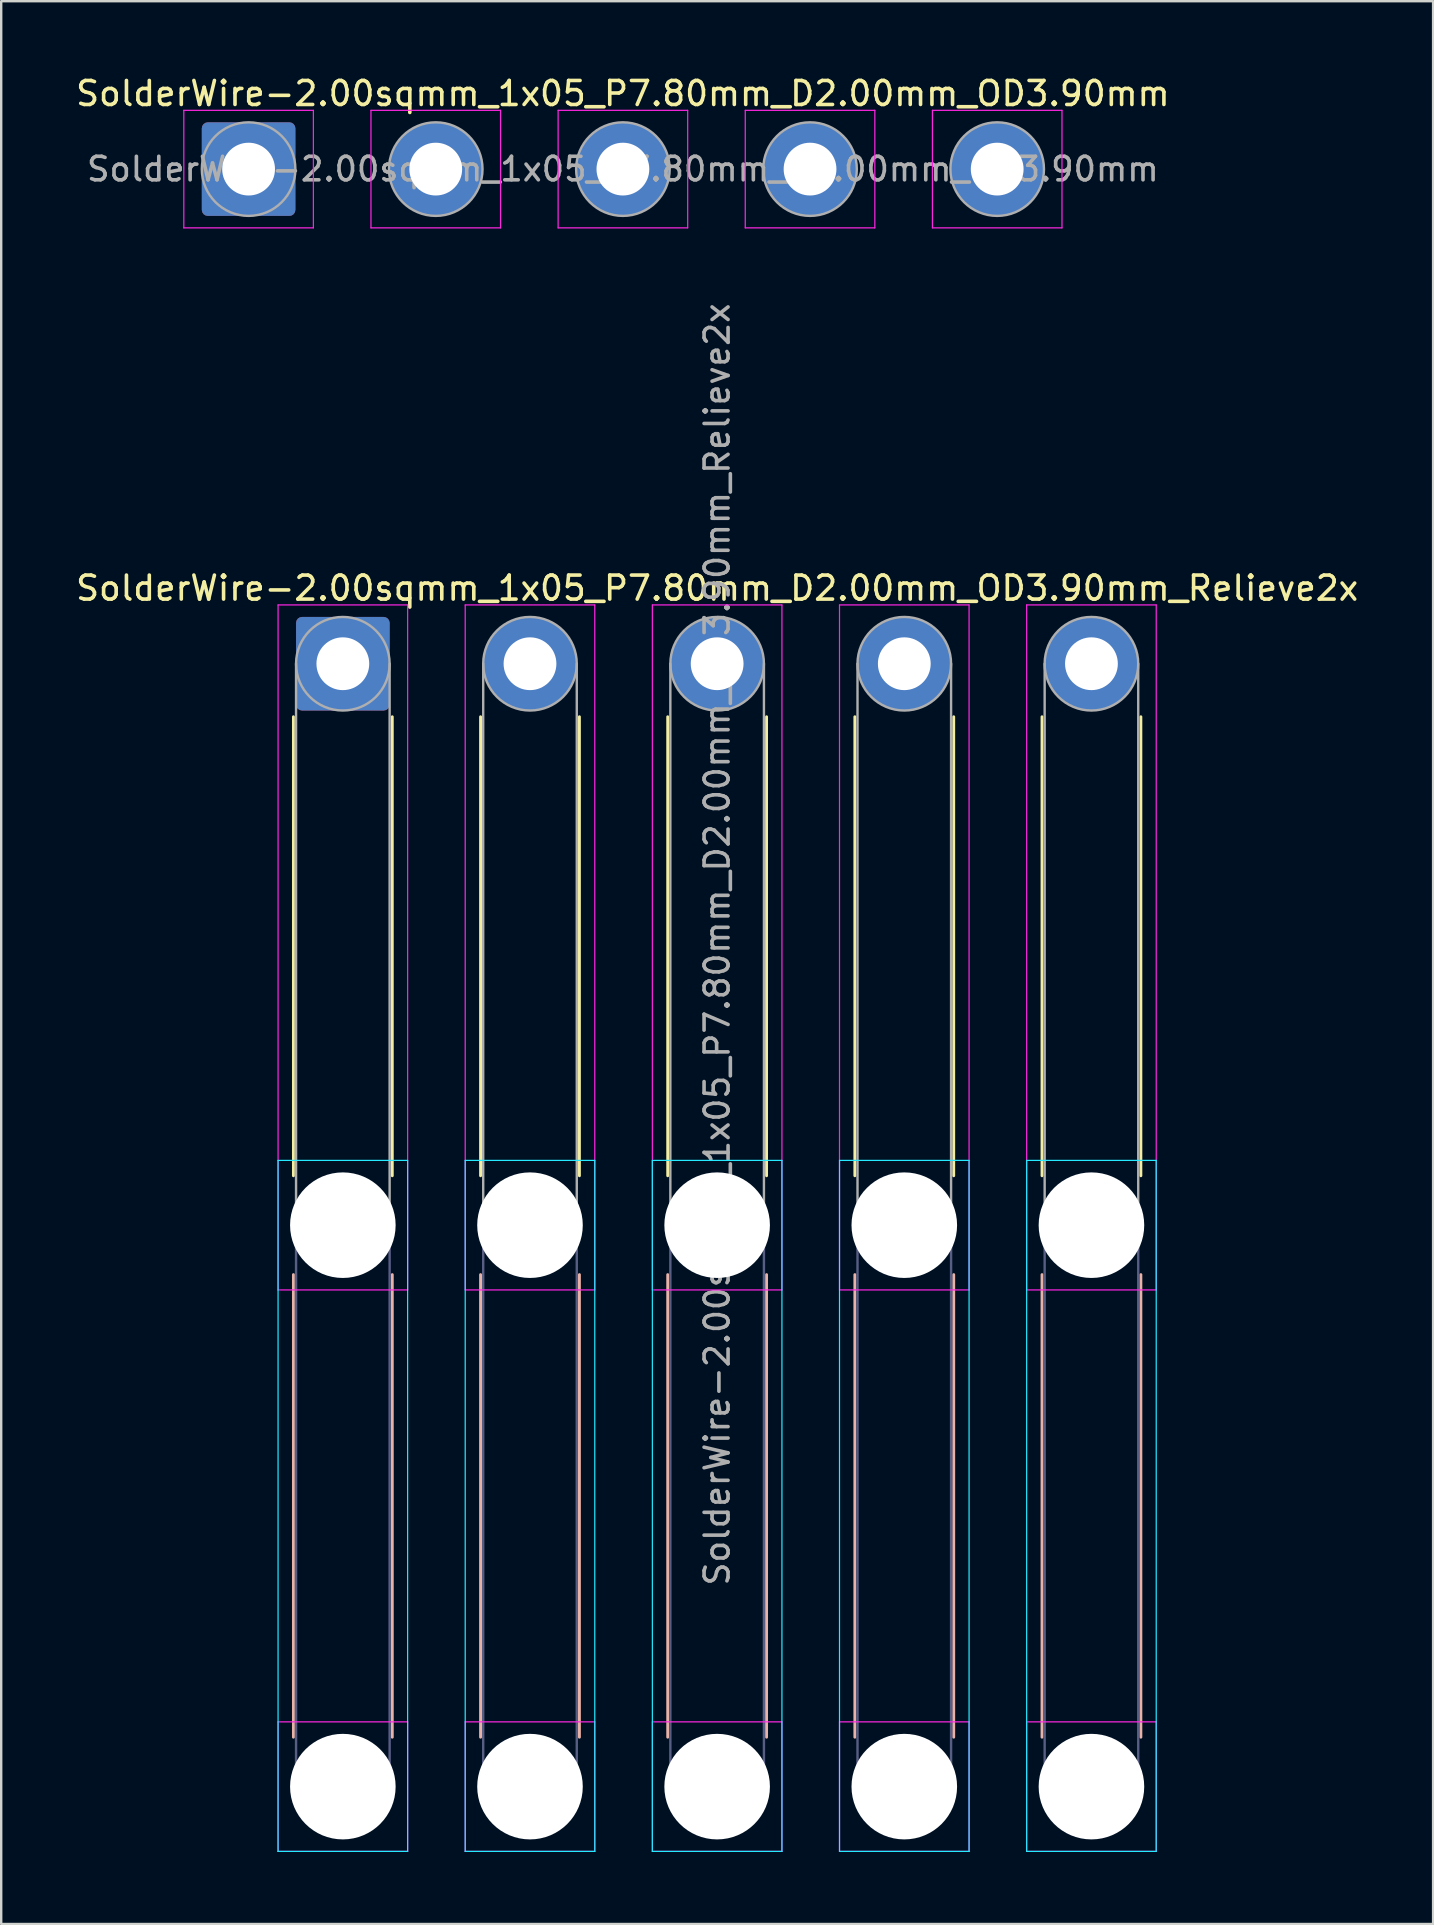
<source format=kicad_pcb>
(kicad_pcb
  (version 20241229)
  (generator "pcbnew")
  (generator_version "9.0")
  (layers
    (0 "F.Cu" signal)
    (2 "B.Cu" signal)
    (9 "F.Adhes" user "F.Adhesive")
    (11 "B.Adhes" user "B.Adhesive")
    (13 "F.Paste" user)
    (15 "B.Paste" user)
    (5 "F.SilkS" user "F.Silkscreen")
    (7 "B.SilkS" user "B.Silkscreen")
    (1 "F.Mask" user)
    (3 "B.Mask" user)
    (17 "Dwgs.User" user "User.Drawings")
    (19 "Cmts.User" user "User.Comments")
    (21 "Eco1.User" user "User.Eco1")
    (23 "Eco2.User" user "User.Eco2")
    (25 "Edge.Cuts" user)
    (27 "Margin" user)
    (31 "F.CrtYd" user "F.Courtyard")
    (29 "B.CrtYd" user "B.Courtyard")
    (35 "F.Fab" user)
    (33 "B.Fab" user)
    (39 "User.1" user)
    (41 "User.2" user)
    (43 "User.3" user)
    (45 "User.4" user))
  (footprint "SolderWire-2.00sqmm_1x05_P7.80mm_D2.00mm_OD3.90mm"
    (layer "F.Cu")
    (at 7.311 3.998)
    (property "Reference" "SolderWire-2.00sqmm_1x05_P7.80mm_D2.00mm_OD3.90mm" (at 15.6 -3.15 0) (layer "F.SilkS") (effects (font (size 1 1) (thickness 0.15))))
    (attr exclude_from_pos_files exclude_from_bom)
    (fp_line (start -2.7 -2.45) (end -2.7 2.45) (stroke (width 0.05) (type solid)) (layer "F.CrtYd"))
    (fp_line (start -2.7 2.45) (end 2.7 2.45) (stroke (width 0.05) (type solid)) (layer "F.CrtYd"))
    (fp_line (start 2.7 -2.45) (end -2.7 -2.45) (stroke (width 0.05) (type solid)) (layer "F.CrtYd"))
    (fp_line (start 2.7 2.45) (end 2.7 -2.45) (stroke (width 0.05) (type solid)) (layer "F.CrtYd"))
    (fp_line (start 5.1 -2.45) (end 5.1 2.45) (stroke (width 0.05) (type solid)) (layer "F.CrtYd"))
    (fp_line (start 5.1 2.45) (end 10.5 2.45) (stroke (width 0.05) (type solid)) (layer "F.CrtYd"))
    (fp_line (start 10.5 -2.45) (end 5.1 -2.45) (stroke (width 0.05) (type solid)) (layer "F.CrtYd"))
    (fp_line (start 10.5 2.45) (end 10.5 -2.45) (stroke (width 0.05) (type solid)) (layer "F.CrtYd"))
    (fp_line (start 12.9 -2.45) (end 12.9 2.45) (stroke (width 0.05) (type solid)) (layer "F.CrtYd"))
    (fp_line (start 12.9 2.45) (end 18.3 2.45) (stroke (width 0.05) (type solid)) (layer "F.CrtYd"))
    (fp_line (start 18.3 -2.45) (end 12.9 -2.45) (stroke (width 0.05) (type solid)) (layer "F.CrtYd"))
    (fp_line (start 18.3 2.45) (end 18.3 -2.45) (stroke (width 0.05) (type solid)) (layer "F.CrtYd"))
    (fp_line (start 20.7 -2.45) (end 20.7 2.45) (stroke (width 0.05) (type solid)) (layer "F.CrtYd"))
    (fp_line (start 20.7 2.45) (end 26.1 2.45) (stroke (width 0.05) (type solid)) (layer "F.CrtYd"))
    (fp_line (start 26.1 -2.45) (end 20.7 -2.45) (stroke (width 0.05) (type solid)) (layer "F.CrtYd"))
    (fp_line (start 26.1 2.45) (end 26.1 -2.45) (stroke (width 0.05) (type solid)) (layer "F.CrtYd"))
    (fp_line (start 28.5 -2.45) (end 28.5 2.45) (stroke (width 0.05) (type solid)) (layer "F.CrtYd"))
    (fp_line (start 28.5 2.45) (end 33.9 2.45) (stroke (width 0.05) (type solid)) (layer "F.CrtYd"))
    (fp_line (start 33.9 -2.45) (end 28.5 -2.45) (stroke (width 0.05) (type solid)) (layer "F.CrtYd"))
    (fp_line (start 33.9 2.45) (end 33.9 -2.45) (stroke (width 0.05) (type solid)) (layer "F.CrtYd"))
    (fp_circle (center 0 0) (end 1.95 0) (stroke (width 0.1) (type solid)) (fill no) (layer "F.Fab"))
    (fp_circle (center 7.8 0) (end 9.75 0) (stroke (width 0.1) (type solid)) (fill no) (layer "F.Fab"))
    (fp_circle (center 15.6 0) (end 17.55 0) (stroke (width 0.1) (type solid)) (fill no) (layer "F.Fab"))
    (fp_circle (center 23.4 0) (end 25.35 0) (stroke (width 0.1) (type solid)) (fill no) (layer "F.Fab"))
    (fp_circle (center 31.2 0) (end 33.15 0) (stroke (width 0.1) (type solid)) (fill no) (layer "F.Fab"))
    (fp_text user "${REFERENCE}" (at 15.6 0 0) (layer "F.Fab") (effects (font (size 0.98 0.98) (thickness 0.15))))
    (pad "1" thru_hole roundrect (at 0 0) (size 3.9 3.9) (drill 2.2) (layers "*.Cu" "*.Mask") (roundrect_rratio 0.064))
    (pad "2" thru_hole circle (at 7.8 0) (size 3.9 3.9) (drill 2.2) (layers "*.Cu" "*.Mask"))
    (pad "3" thru_hole circle (at 15.6 0) (size 3.9 3.9) (drill 2.2) (layers "*.Cu" "*.Mask"))
    (pad "4" thru_hole circle (at 23.4 0) (size 3.9 3.9) (drill 2.2) (layers "*.Cu" "*.Mask"))
    (pad "5" thru_hole circle (at 31.2 0) (size 3.9 3.9) (drill 2.2) (layers "*.Cu" "*.Mask")))
  (footprint "SolderWire-2.00sqmm_1x05_P7.80mm_D2.00mm_OD3.90mm_Relieve2x"
    (layer "F.Cu")
    (at 11.239 24.613)
    (property "Reference" "SolderWire-2.00sqmm_1x05_P7.80mm_D2.00mm_OD3.90mm_Relieve2x" (at 15.6 -3.15 0) (layer "F.SilkS") (effects (font (size 1 1) (thickness 0.15))))
    (attr exclude_from_pos_files exclude_from_bom)
    (fp_line (start -2.06 2.21) (end -2.06 21.34) (stroke (width 0.12) (type solid)) (layer "F.SilkS"))
    (fp_line (start 2.06 2.21) (end 2.06 21.34) (stroke (width 0.12) (type solid)) (layer "F.SilkS"))
    (fp_line (start 5.74 2.21) (end 5.74 21.34) (stroke (width 0.12) (type solid)) (layer "F.SilkS"))
    (fp_line (start 9.86 2.21) (end 9.86 21.34) (stroke (width 0.12) (type solid)) (layer "F.SilkS"))
    (fp_line (start 13.54 2.21) (end 13.54 21.34) (stroke (width 0.12) (type solid)) (layer "F.SilkS"))
    (fp_line (start 17.66 2.21) (end 17.66 21.34) (stroke (width 0.12) (type solid)) (layer "F.SilkS"))
    (fp_line (start 21.34 2.21) (end 21.34 21.34) (stroke (width 0.12) (type solid)) (layer "F.SilkS"))
    (fp_line (start 25.46 2.21) (end 25.46 21.34) (stroke (width 0.12) (type solid)) (layer "F.SilkS"))
    (fp_line (start 29.14 2.21) (end 29.14 21.34) (stroke (width 0.12) (type solid)) (layer "F.SilkS"))
    (fp_line (start 33.26 2.21) (end 33.26 21.34) (stroke (width 0.12) (type solid)) (layer "F.SilkS"))
    (fp_line (start -2.06 25.46) (end -2.06 44.74) (stroke (width 0.12) (type solid)) (layer "B.SilkS"))
    (fp_line (start 2.06 25.46) (end 2.06 44.74) (stroke (width 0.12) (type solid)) (layer "B.SilkS"))
    (fp_line (start 5.74 25.46) (end 5.74 44.74) (stroke (width 0.12) (type solid)) (layer "B.SilkS"))
    (fp_line (start 9.86 25.46) (end 9.86 44.74) (stroke (width 0.12) (type solid)) (layer "B.SilkS"))
    (fp_line (start 13.54 25.46) (end 13.54 44.74) (stroke (width 0.12) (type solid)) (layer "B.SilkS"))
    (fp_line (start 17.66 25.46) (end 17.66 44.74) (stroke (width 0.12) (type solid)) (layer "B.SilkS"))
    (fp_line (start 21.34 25.46) (end 21.34 44.74) (stroke (width 0.12) (type solid)) (layer "B.SilkS"))
    (fp_line (start 25.46 25.46) (end 25.46 44.74) (stroke (width 0.12) (type solid)) (layer "B.SilkS"))
    (fp_line (start 29.14 25.46) (end 29.14 44.74) (stroke (width 0.12) (type solid)) (layer "B.SilkS"))
    (fp_line (start 33.26 25.46) (end 33.26 44.74) (stroke (width 0.12) (type solid)) (layer "B.SilkS"))
    (fp_line (start -2.7 20.7) (end -2.7 49.5) (stroke (width 0.05) (type solid)) (layer "B.CrtYd"))
    (fp_line (start -2.7 49.5) (end 2.7 49.5) (stroke (width 0.05) (type solid)) (layer "B.CrtYd"))
    (fp_line (start 2.7 20.7) (end -2.7 20.7) (stroke (width 0.05) (type solid)) (layer "B.CrtYd"))
    (fp_line (start 2.7 49.5) (end 2.7 20.7) (stroke (width 0.05) (type solid)) (layer "B.CrtYd"))
    (fp_line (start 5.1 20.7) (end 5.1 49.5) (stroke (width 0.05) (type solid)) (layer "B.CrtYd"))
    (fp_line (start 5.1 49.5) (end 10.5 49.5) (stroke (width 0.05) (type solid)) (layer "B.CrtYd"))
    (fp_line (start 10.5 20.7) (end 5.1 20.7) (stroke (width 0.05) (type solid)) (layer "B.CrtYd"))
    (fp_line (start 10.5 49.5) (end 10.5 20.7) (stroke (width 0.05) (type solid)) (layer "B.CrtYd"))
    (fp_line (start 12.9 20.7) (end 12.9 49.5) (stroke (width 0.05) (type solid)) (layer "B.CrtYd"))
    (fp_line (start 12.9 49.5) (end 18.3 49.5) (stroke (width 0.05) (type solid)) (layer "B.CrtYd"))
    (fp_line (start 18.3 20.7) (end 12.9 20.7) (stroke (width 0.05) (type solid)) (layer "B.CrtYd"))
    (fp_line (start 18.3 49.5) (end 18.3 20.7) (stroke (width 0.05) (type solid)) (layer "B.CrtYd"))
    (fp_line (start 20.7 20.7) (end 20.7 49.5) (stroke (width 0.05) (type solid)) (layer "B.CrtYd"))
    (fp_line (start 20.7 49.5) (end 26.1 49.5) (stroke (width 0.05) (type solid)) (layer "B.CrtYd"))
    (fp_line (start 26.1 20.7) (end 20.7 20.7) (stroke (width 0.05) (type solid)) (layer "B.CrtYd"))
    (fp_line (start 26.1 49.5) (end 26.1 20.7) (stroke (width 0.05) (type solid)) (layer "B.CrtYd"))
    (fp_line (start 28.5 20.7) (end 28.5 49.5) (stroke (width 0.05) (type solid)) (layer "B.CrtYd"))
    (fp_line (start 28.5 49.5) (end 33.9 49.5) (stroke (width 0.05) (type solid)) (layer "B.CrtYd"))
    (fp_line (start 33.9 20.7) (end 28.5 20.7) (stroke (width 0.05) (type solid)) (layer "B.CrtYd"))
    (fp_line (start 33.9 49.5) (end 33.9 20.7) (stroke (width 0.05) (type solid)) (layer "B.CrtYd"))
    (fp_line (start -2.7 -2.45) (end -2.7 26.1) (stroke (width 0.05) (type solid)) (layer "F.CrtYd"))
    (fp_line (start -2.7 26.1) (end 2.7 26.1) (stroke (width 0.05) (type solid)) (layer "F.CrtYd"))
    (fp_line (start -2.7 44.1) (end -2.7 49.5) (stroke (width 0.05) (type solid)) (layer "F.CrtYd"))
    (fp_line (start -2.7 49.5) (end 2.7 49.5) (stroke (width 0.05) (type solid)) (layer "F.CrtYd"))
    (fp_line (start 2.7 -2.45) (end -2.7 -2.45) (stroke (width 0.05) (type solid)) (layer "F.CrtYd"))
    (fp_line (start 2.7 26.1) (end 2.7 -2.45) (stroke (width 0.05) (type solid)) (layer "F.CrtYd"))
    (fp_line (start 2.7 44.1) (end -2.7 44.1) (stroke (width 0.05) (type solid)) (layer "F.CrtYd"))
    (fp_line (start 2.7 49.5) (end 2.7 44.1) (stroke (width 0.05) (type solid)) (layer "F.CrtYd"))
    (fp_line (start 5.1 -2.45) (end 5.1 26.1) (stroke (width 0.05) (type solid)) (layer "F.CrtYd"))
    (fp_line (start 5.1 26.1) (end 10.5 26.1) (stroke (width 0.05) (type solid)) (layer "F.CrtYd"))
    (fp_line (start 5.1 44.1) (end 5.1 49.5) (stroke (width 0.05) (type solid)) (layer "F.CrtYd"))
    (fp_line (start 5.1 49.5) (end 10.5 49.5) (stroke (width 0.05) (type solid)) (layer "F.CrtYd"))
    (fp_line (start 10.5 -2.45) (end 5.1 -2.45) (stroke (width 0.05) (type solid)) (layer "F.CrtYd"))
    (fp_line (start 10.5 26.1) (end 10.5 -2.45) (stroke (width 0.05) (type solid)) (layer "F.CrtYd"))
    (fp_line (start 10.5 44.1) (end 5.1 44.1) (stroke (width 0.05) (type solid)) (layer "F.CrtYd"))
    (fp_line (start 10.5 49.5) (end 10.5 44.1) (stroke (width 0.05) (type solid)) (layer "F.CrtYd"))
    (fp_line (start 12.9 -2.45) (end 12.9 26.1) (stroke (width 0.05) (type solid)) (layer "F.CrtYd"))
    (fp_line (start 12.9 26.1) (end 18.3 26.1) (stroke (width 0.05) (type solid)) (layer "F.CrtYd"))
    (fp_line (start 12.9 44.1) (end 12.9 49.5) (stroke (width 0.05) (type solid)) (layer "F.CrtYd"))
    (fp_line (start 12.9 49.5) (end 18.3 49.5) (stroke (width 0.05) (type solid)) (layer "F.CrtYd"))
    (fp_line (start 18.3 -2.45) (end 12.9 -2.45) (stroke (width 0.05) (type solid)) (layer "F.CrtYd"))
    (fp_line (start 18.3 26.1) (end 18.3 -2.45) (stroke (width 0.05) (type solid)) (layer "F.CrtYd"))
    (fp_line (start 18.3 44.1) (end 12.9 44.1) (stroke (width 0.05) (type solid)) (layer "F.CrtYd"))
    (fp_line (start 18.3 49.5) (end 18.3 44.1) (stroke (width 0.05) (type solid)) (layer "F.CrtYd"))
    (fp_line (start 20.7 -2.45) (end 20.7 26.1) (stroke (width 0.05) (type solid)) (layer "F.CrtYd"))
    (fp_line (start 20.7 26.1) (end 26.1 26.1) (stroke (width 0.05) (type solid)) (layer "F.CrtYd"))
    (fp_line (start 20.7 44.1) (end 20.7 49.5) (stroke (width 0.05) (type solid)) (layer "F.CrtYd"))
    (fp_line (start 20.7 49.5) (end 26.1 49.5) (stroke (width 0.05) (type solid)) (layer "F.CrtYd"))
    (fp_line (start 26.1 -2.45) (end 20.7 -2.45) (stroke (width 0.05) (type solid)) (layer "F.CrtYd"))
    (fp_line (start 26.1 26.1) (end 26.1 -2.45) (stroke (width 0.05) (type solid)) (layer "F.CrtYd"))
    (fp_line (start 26.1 44.1) (end 20.7 44.1) (stroke (width 0.05) (type solid)) (layer "F.CrtYd"))
    (fp_line (start 26.1 49.5) (end 26.1 44.1) (stroke (width 0.05) (type solid)) (layer "F.CrtYd"))
    (fp_line (start 28.5 -2.45) (end 28.5 26.1) (stroke (width 0.05) (type solid)) (layer "F.CrtYd"))
    (fp_line (start 28.5 26.1) (end 33.9 26.1) (stroke (width 0.05) (type solid)) (layer "F.CrtYd"))
    (fp_line (start 28.5 44.1) (end 28.5 49.5) (stroke (width 0.05) (type solid)) (layer "F.CrtYd"))
    (fp_line (start 28.5 49.5) (end 33.9 49.5) (stroke (width 0.05) (type solid)) (layer "F.CrtYd"))
    (fp_line (start 33.9 -2.45) (end 28.5 -2.45) (stroke (width 0.05) (type solid)) (layer "F.CrtYd"))
    (fp_line (start 33.9 26.1) (end 33.9 -2.45) (stroke (width 0.05) (type solid)) (layer "F.CrtYd"))
    (fp_line (start 33.9 44.1) (end 28.5 44.1) (stroke (width 0.05) (type solid)) (layer "F.CrtYd"))
    (fp_line (start 33.9 49.5) (end 33.9 44.1) (stroke (width 0.05) (type solid)) (layer "F.CrtYd"))
    (fp_line (start -1.95 23.4) (end -1.95 46.8) (stroke (width 0.1) (type solid)) (layer "B.Fab"))
    (fp_line (start 1.95 23.4) (end 1.95 46.8) (stroke (width 0.1) (type solid)) (layer "B.Fab"))
    (fp_line (start 5.85 23.4) (end 5.85 46.8) (stroke (width 0.1) (type solid)) (layer "B.Fab"))
    (fp_line (start 9.75 23.4) (end 9.75 46.8) (stroke (width 0.1) (type solid)) (layer "B.Fab"))
    (fp_line (start 13.65 23.4) (end 13.65 46.8) (stroke (width 0.1) (type solid)) (layer "B.Fab"))
    (fp_line (start 17.55 23.4) (end 17.55 46.8) (stroke (width 0.1) (type solid)) (layer "B.Fab"))
    (fp_line (start 21.45 23.4) (end 21.45 46.8) (stroke (width 0.1) (type solid)) (layer "B.Fab"))
    (fp_line (start 25.35 23.4) (end 25.35 46.8) (stroke (width 0.1) (type solid)) (layer "B.Fab"))
    (fp_line (start 29.25 23.4) (end 29.25 46.8) (stroke (width 0.1) (type solid)) (layer "B.Fab"))
    (fp_line (start 33.15 23.4) (end 33.15 46.8) (stroke (width 0.1) (type solid)) (layer "B.Fab"))
    (fp_circle (center 0 23.4) (end 1.95 23.4) (stroke (width 0.1) (type solid)) (fill no) (layer "B.Fab"))
    (fp_circle (center 0 46.8) (end 1.95 46.8) (stroke (width 0.1) (type solid)) (fill no) (layer "B.Fab"))
    (fp_circle (center 7.8 23.4) (end 9.75 23.4) (stroke (width 0.1) (type solid)) (fill no) (layer "B.Fab"))
    (fp_circle (center 7.8 46.8) (end 9.75 46.8) (stroke (width 0.1) (type solid)) (fill no) (layer "B.Fab"))
    (fp_circle (center 15.6 23.4) (end 17.55 23.4) (stroke (width 0.1) (type solid)) (fill no) (layer "B.Fab"))
    (fp_circle (center 15.6 46.8) (end 17.55 46.8) (stroke (width 0.1) (type solid)) (fill no) (layer "B.Fab"))
    (fp_circle (center 23.4 23.4) (end 25.35 23.4) (stroke (width 0.1) (type solid)) (fill no) (layer "B.Fab"))
    (fp_circle (center 23.4 46.8) (end 25.35 46.8) (stroke (width 0.1) (type solid)) (fill no) (layer "B.Fab"))
    (fp_circle (center 31.2 23.4) (end 33.15 23.4) (stroke (width 0.1) (type solid)) (fill no) (layer "B.Fab"))
    (fp_circle (center 31.2 46.8) (end 33.15 46.8) (stroke (width 0.1) (type solid)) (fill no) (layer "B.Fab"))
    (fp_line (start -1.95 0) (end -1.95 23.4) (stroke (width 0.1) (type solid)) (layer "F.Fab"))
    (fp_line (start 1.95 0) (end 1.95 23.4) (stroke (width 0.1) (type solid)) (layer "F.Fab"))
    (fp_line (start 5.85 0) (end 5.85 23.4) (stroke (width 0.1) (type solid)) (layer "F.Fab"))
    (fp_line (start 9.75 0) (end 9.75 23.4) (stroke (width 0.1) (type solid)) (layer "F.Fab"))
    (fp_line (start 13.65 0) (end 13.65 23.4) (stroke (width 0.1) (type solid)) (layer "F.Fab"))
    (fp_line (start 17.55 0) (end 17.55 23.4) (stroke (width 0.1) (type solid)) (layer "F.Fab"))
    (fp_line (start 21.45 0) (end 21.45 23.4) (stroke (width 0.1) (type solid)) (layer "F.Fab"))
    (fp_line (start 25.35 0) (end 25.35 23.4) (stroke (width 0.1) (type solid)) (layer "F.Fab"))
    (fp_line (start 29.25 0) (end 29.25 23.4) (stroke (width 0.1) (type solid)) (layer "F.Fab"))
    (fp_line (start 33.15 0) (end 33.15 23.4) (stroke (width 0.1) (type solid)) (layer "F.Fab"))
    (fp_circle (center 0 0) (end 1.95 0) (stroke (width 0.1) (type solid)) (fill no) (layer "F.Fab"))
    (fp_circle (center 0 23.4) (end 1.95 23.4) (stroke (width 0.1) (type solid)) (fill no) (layer "F.Fab"))
    (fp_circle (center 0 46.8) (end 1.95 46.8) (stroke (width 0.1) (type solid)) (fill no) (layer "F.Fab"))
    (fp_circle (center 7.8 0) (end 9.75 0) (stroke (width 0.1) (type solid)) (fill no) (layer "F.Fab"))
    (fp_circle (center 7.8 23.4) (end 9.75 23.4) (stroke (width 0.1) (type solid)) (fill no) (layer "F.Fab"))
    (fp_circle (center 7.8 46.8) (end 9.75 46.8) (stroke (width 0.1) (type solid)) (fill no) (layer "F.Fab"))
    (fp_circle (center 15.6 0) (end 17.55 0) (stroke (width 0.1) (type solid)) (fill no) (layer "F.Fab"))
    (fp_circle (center 15.6 23.4) (end 17.55 23.4) (stroke (width 0.1) (type solid)) (fill no) (layer "F.Fab"))
    (fp_circle (center 15.6 46.8) (end 17.55 46.8) (stroke (width 0.1) (type solid)) (fill no) (layer "F.Fab"))
    (fp_circle (center 23.4 0) (end 25.35 0) (stroke (width 0.1) (type solid)) (fill no) (layer "F.Fab"))
    (fp_circle (center 23.4 23.4) (end 25.35 23.4) (stroke (width 0.1) (type solid)) (fill no) (layer "F.Fab"))
    (fp_circle (center 23.4 46.8) (end 25.35 46.8) (stroke (width 0.1) (type solid)) (fill no) (layer "F.Fab"))
    (fp_circle (center 31.2 0) (end 33.15 0) (stroke (width 0.1) (type solid)) (fill no) (layer "F.Fab"))
    (fp_circle (center 31.2 23.4) (end 33.15 23.4) (stroke (width 0.1) (type solid)) (fill no) (layer "F.Fab"))
    (fp_circle (center 31.2 46.8) (end 33.15 46.8) (stroke (width 0.1) (type solid)) (fill no) (layer "F.Fab"))
    (fp_text user "${REFERENCE}" (at 15.6 11.7 90) (layer "F.Fab") (effects (font (size 1 1) (thickness 0.15))))
    (pad "" np_thru_hole circle (at 0 23.4) (size 4.4 4.4) (drill 4.4) (layers "*.Cu" "*.Mask"))
    (pad "" np_thru_hole circle (at 0 46.8) (size 4.4 4.4) (drill 4.4) (layers "*.Cu" "*.Mask"))
    (pad "" np_thru_hole circle (at 7.8 23.4) (size 4.4 4.4) (drill 4.4) (layers "*.Cu" "*.Mask"))
    (pad "" np_thru_hole circle (at 7.8 46.8) (size 4.4 4.4) (drill 4.4) (layers "*.Cu" "*.Mask"))
    (pad "" np_thru_hole circle (at 15.6 23.4) (size 4.4 4.4) (drill 4.4) (layers "*.Cu" "*.Mask"))
    (pad "" np_thru_hole circle (at 15.6 46.8) (size 4.4 4.4) (drill 4.4) (layers "*.Cu" "*.Mask"))
    (pad "" np_thru_hole circle (at 23.4 23.4) (size 4.4 4.4) (drill 4.4) (layers "*.Cu" "*.Mask"))
    (pad "" np_thru_hole circle (at 23.4 46.8) (size 4.4 4.4) (drill 4.4) (layers "*.Cu" "*.Mask"))
    (pad "" np_thru_hole circle (at 31.2 23.4) (size 4.4 4.4) (drill 4.4) (layers "*.Cu" "*.Mask"))
    (pad "" np_thru_hole circle (at 31.2 46.8) (size 4.4 4.4) (drill 4.4) (layers "*.Cu" "*.Mask"))
    (pad "1" thru_hole roundrect (at 0 0) (size 3.9 3.9) (drill 2.2) (layers "*.Cu" "*.Mask") (roundrect_rratio 0.064))
    (pad "2" thru_hole circle (at 7.8 0) (size 3.9 3.9) (drill 2.2) (layers "*.Cu" "*.Mask"))
    (pad "3" thru_hole circle (at 15.6 0) (size 3.9 3.9) (drill 2.2) (layers "*.Cu" "*.Mask"))
    (pad "4" thru_hole circle (at 23.4 0) (size 3.9 3.9) (drill 2.2) (layers "*.Cu" "*.Mask"))
    (pad "5" thru_hole circle (at 31.2 0) (size 3.9 3.9) (drill 2.2) (layers "*.Cu" "*.Mask")))
  (gr_rect
    (start -3 -3)
    (end 56.679 77.138)
    (stroke (width 0.1) (type default))
    (fill no)
    (layer "Edge.Cuts")))
</source>
